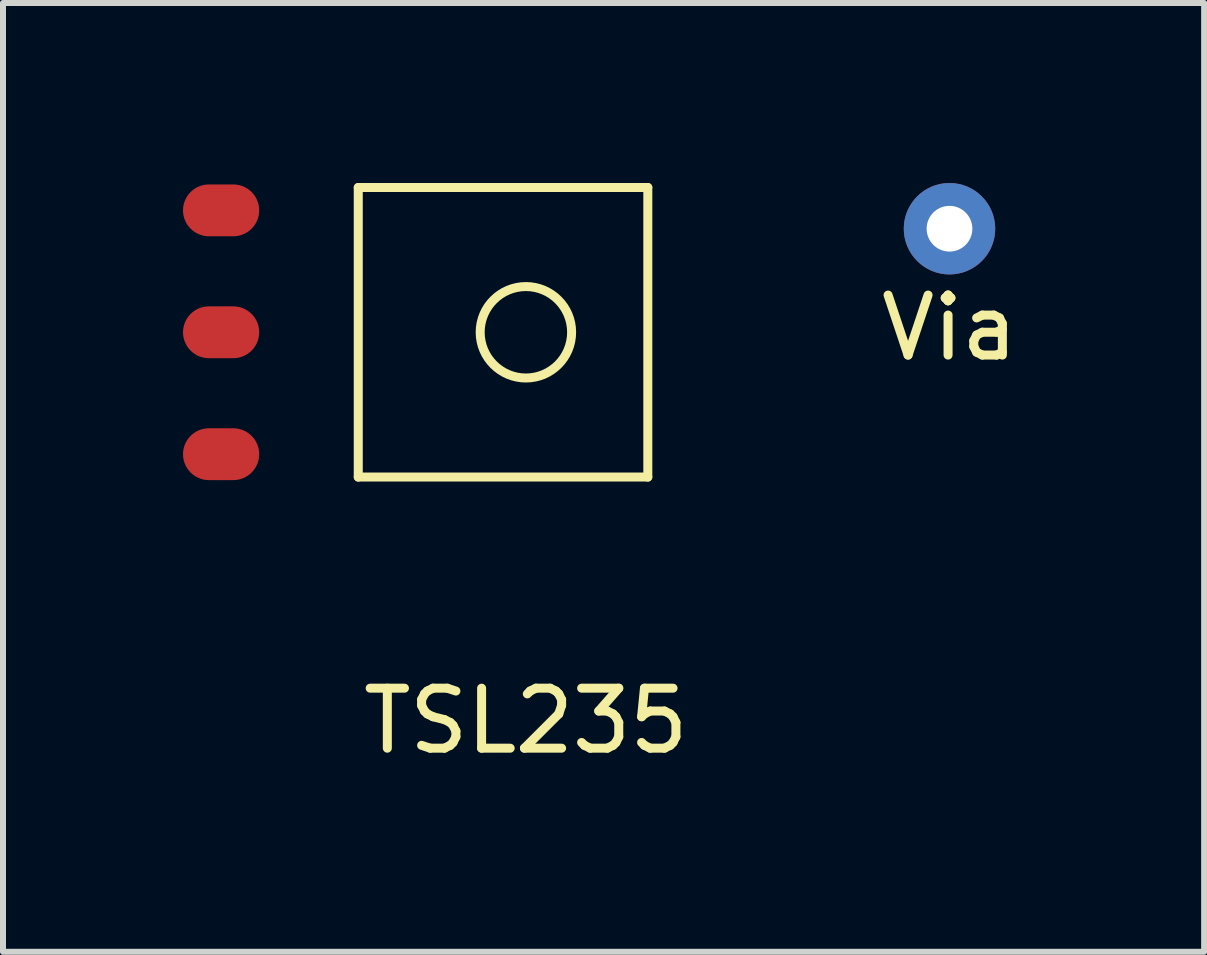
<source format=kicad_pcb>
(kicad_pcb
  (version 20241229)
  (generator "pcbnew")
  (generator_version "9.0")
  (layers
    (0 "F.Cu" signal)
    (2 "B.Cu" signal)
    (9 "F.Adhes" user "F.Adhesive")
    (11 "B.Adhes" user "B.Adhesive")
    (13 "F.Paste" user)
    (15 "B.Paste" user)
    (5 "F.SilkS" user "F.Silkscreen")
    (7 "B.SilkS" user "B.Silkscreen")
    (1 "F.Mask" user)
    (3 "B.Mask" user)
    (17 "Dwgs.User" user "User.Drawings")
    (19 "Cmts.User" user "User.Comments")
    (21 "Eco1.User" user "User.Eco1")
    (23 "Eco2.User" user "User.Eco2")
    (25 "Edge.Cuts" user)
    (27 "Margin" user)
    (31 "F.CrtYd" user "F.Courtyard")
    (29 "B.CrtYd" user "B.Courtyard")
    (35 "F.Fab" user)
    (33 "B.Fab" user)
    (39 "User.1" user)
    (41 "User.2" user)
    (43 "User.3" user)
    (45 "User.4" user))
  (footprint "Via"
    (layer "F.Cu")
    (at 12.775 0.762)
    (property "Reference" "Via" (at 0 1.651 0) (layer "F.SilkS") (effects (font (size 1 1) (thickness 0.15))))
    (attr through_hole)
    (pad "1" thru_hole circle (at 0 0) (size 1.524 1.524) (drill 0.762) (layers "*.Cu")))
  (footprint "TSL235"
    (layer "F.Cu")
    (at 5.715 2.488)
    (property "Reference" "TSL235" (at 0 6.477 0) (layer "F.SilkS") (effects (font (size 1 1) (thickness 0.15))))
    (attr through_hole)
    (fp_line (start -2.794 -2.413) (end -0.381 -2.413) (stroke (width 0.15) (type solid)) (layer "F.SilkS"))
    (fp_line (start -2.794 2.413) (end -2.794 -2.413) (stroke (width 0.15) (type solid)) (layer "F.SilkS"))
    (fp_line (start -0.381 -2.413) (end 2.032 -2.413) (stroke (width 0.15) (type solid)) (layer "F.SilkS"))
    (fp_line (start 2.032 -2.413) (end 2.032 2.413) (stroke (width 0.15) (type solid)) (layer "F.SilkS"))
    (fp_line (start 2.032 2.413) (end -2.794 2.413) (stroke (width 0.15) (type solid)) (layer "F.SilkS"))
    (fp_circle (center 0 0) (end 0.762 0) (stroke (width 0.15) (type solid)) (fill no) (layer "F.SilkS"))
    (pad "1" smd oval (at -5.08 -2.032 90) (size 0.864 1.27) (layers "F.Cu" "F.Mask" "F.Paste"))
    (pad "2" smd oval (at -5.08 0 90) (size 0.864 1.27) (layers "F.Cu" "F.Mask" "F.Paste"))
    (pad "3" smd oval (at -5.08 2.032 90) (size 0.864 1.27) (layers "F.Cu" "F.Mask" "F.Paste")))
  (gr_rect
    (start -3 -3)
    (end 17.019 12.813)
    (stroke (width 0.1) (type default))
    (fill no)
    (layer "Edge.Cuts")))
</source>
